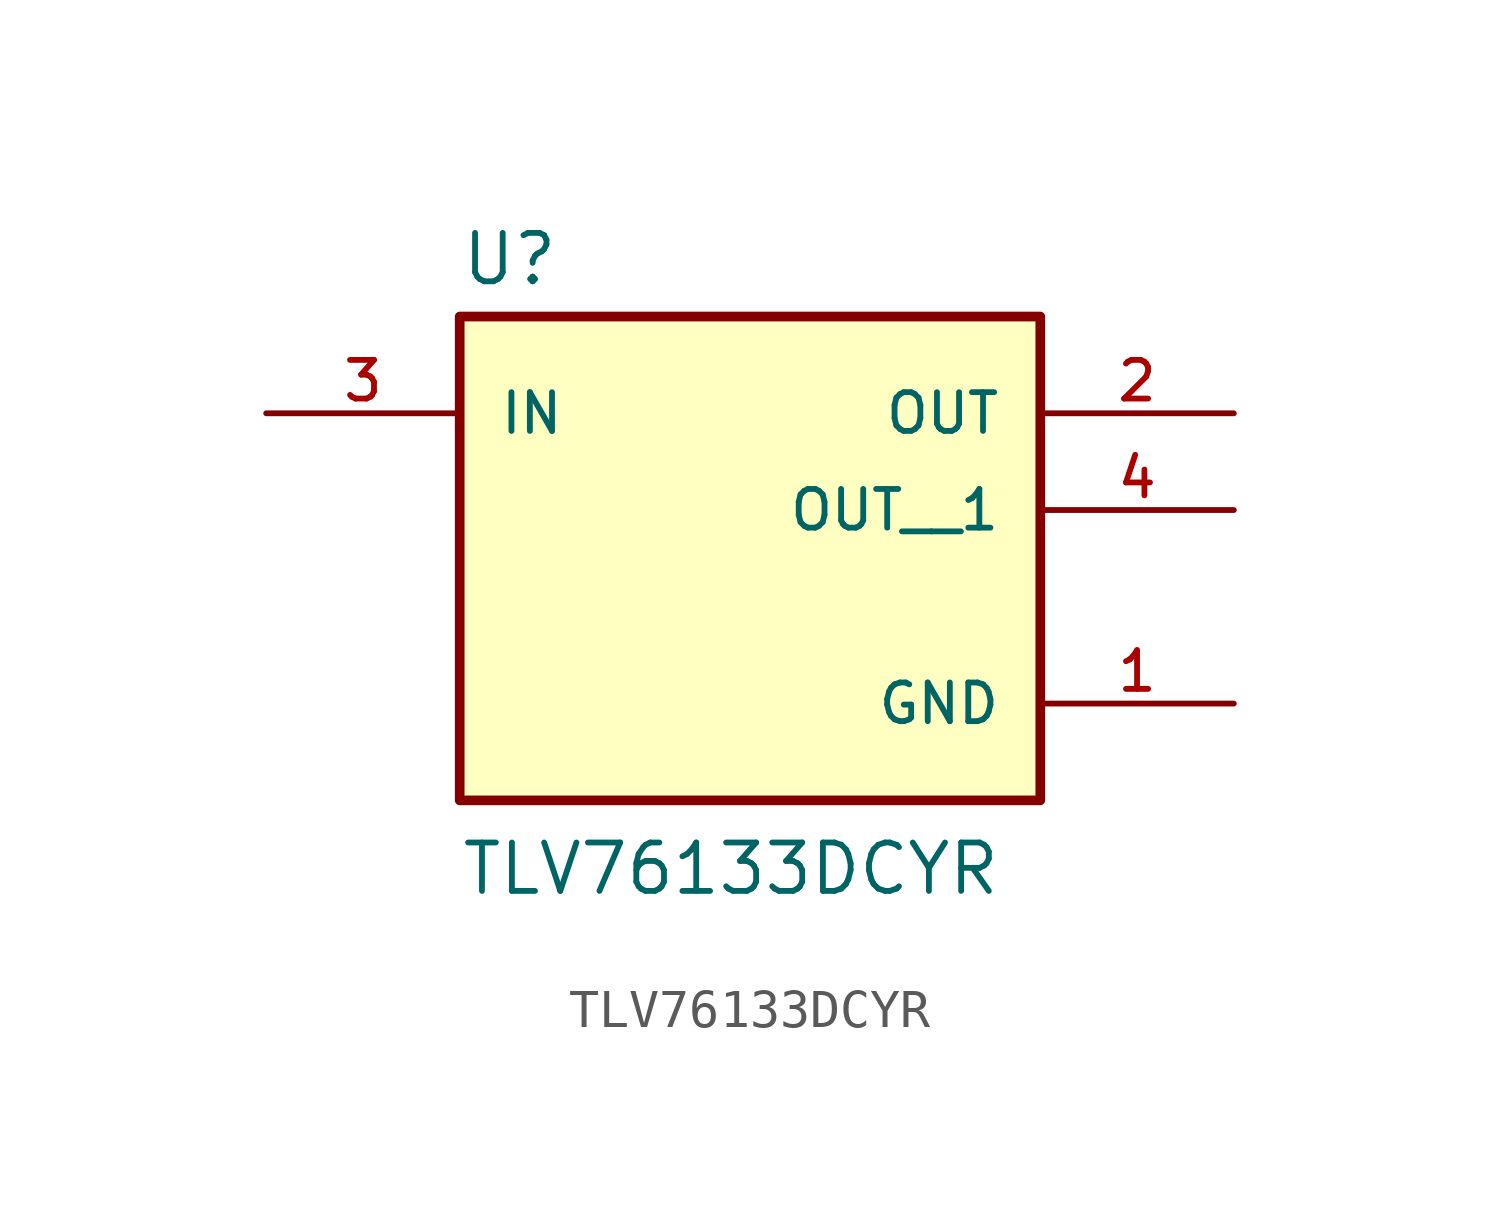
<source format=kicad_sym>
(kicad_symbol_lib
  (version 20211014)
  (generator kicad_symbol_editor)
  (symbol "TLV76133DCYR"
    (pin_names
      (offset 1.016))
    (property "Reference" "U"
      (at -7.62 5.842 0)
      (effects (font (size 1.27 1.27)) (justify bottom left)))
    (property "Value" "TLV76133DCYR"
      (at -7.62 -10.16 0)
      (effects (font (size 1.27 1.27)) (justify bottom left)))
    (symbol "TLV76133DCYR_0_0"
      (rectangle (start -7.62 -7.62) (end 7.62 5.08) (stroke (width 0.254)) (fill (type background)))
      (pin input line (at -12.7 2.54 0) (length 5.08) (name "IN" (effects (font (size 1.016 1.016)))) (number "3" (effects (font (size 1.016 1.016)))))
      (pin output line (at 12.7 2.54 180.0) (length 5.08) (name "OUT" (effects (font (size 1.016 1.016)))) (number "2" (effects (font (size 1.016 1.016)))))
      (pin power_in line (at 12.7 -5.08 180.0) (length 5.08) (name "GND" (effects (font (size 1.016 1.016)))) (number "1" (effects (font (size 1.016 1.016)))))
      (pin output line (at 12.7 0.0 180.0) (length 5.08) (name "OUT__1" (effects (font (size 1.016 1.016)))) (number "4" (effects (font (size 1.016 1.016))))))))
</source>
